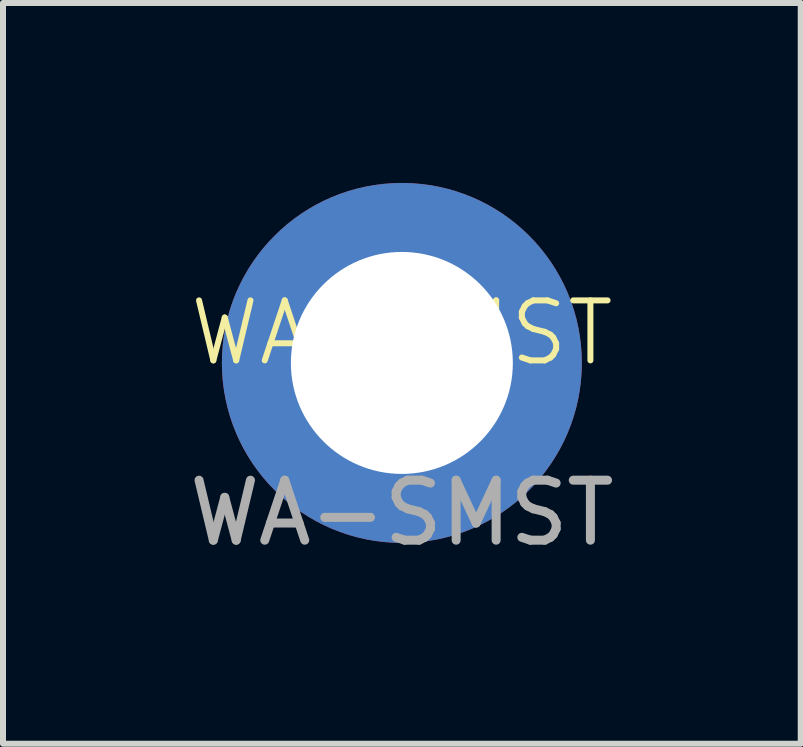
<source format=kicad_pcb>
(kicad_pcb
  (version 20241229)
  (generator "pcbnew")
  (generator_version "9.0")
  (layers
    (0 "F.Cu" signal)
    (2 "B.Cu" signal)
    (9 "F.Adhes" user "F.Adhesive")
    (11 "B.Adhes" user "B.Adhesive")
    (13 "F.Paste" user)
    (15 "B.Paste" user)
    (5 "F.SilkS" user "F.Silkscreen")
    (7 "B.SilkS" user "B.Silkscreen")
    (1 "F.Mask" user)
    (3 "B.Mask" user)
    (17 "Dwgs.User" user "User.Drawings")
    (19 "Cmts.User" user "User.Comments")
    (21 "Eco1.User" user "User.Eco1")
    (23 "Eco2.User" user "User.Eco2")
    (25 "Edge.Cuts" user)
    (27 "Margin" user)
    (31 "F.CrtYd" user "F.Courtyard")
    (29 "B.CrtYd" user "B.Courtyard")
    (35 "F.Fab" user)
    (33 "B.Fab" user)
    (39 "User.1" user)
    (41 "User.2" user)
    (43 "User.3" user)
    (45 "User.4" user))
  (footprint "WA-SMST"
    (layer "F.Cu")
    (at 3.649 3)
    (property "Reference" "WA-SMST" (at 0 -0.5 0) (unlocked yes) (layer "F.SilkS") (effects (font (size 1 1) (thickness 0.1))))
    (attr through_hole)
    (fp_text user "${REFERENCE}" (at 0 2.5 0) (unlocked yes) (layer "F.Fab") (effects (font (size 1 1) (thickness 0.15))))
    (pad "" thru_hole circle (at 0 0) (size 6 6) (drill 3.7) (layers "*.Cu" "F.Mask")))
  (gr_rect
    (start -3 -3)
    (end 10.298 9.348)
    (stroke (width 0.1) (type default))
    (fill no)
    (layer "Edge.Cuts")))
</source>
